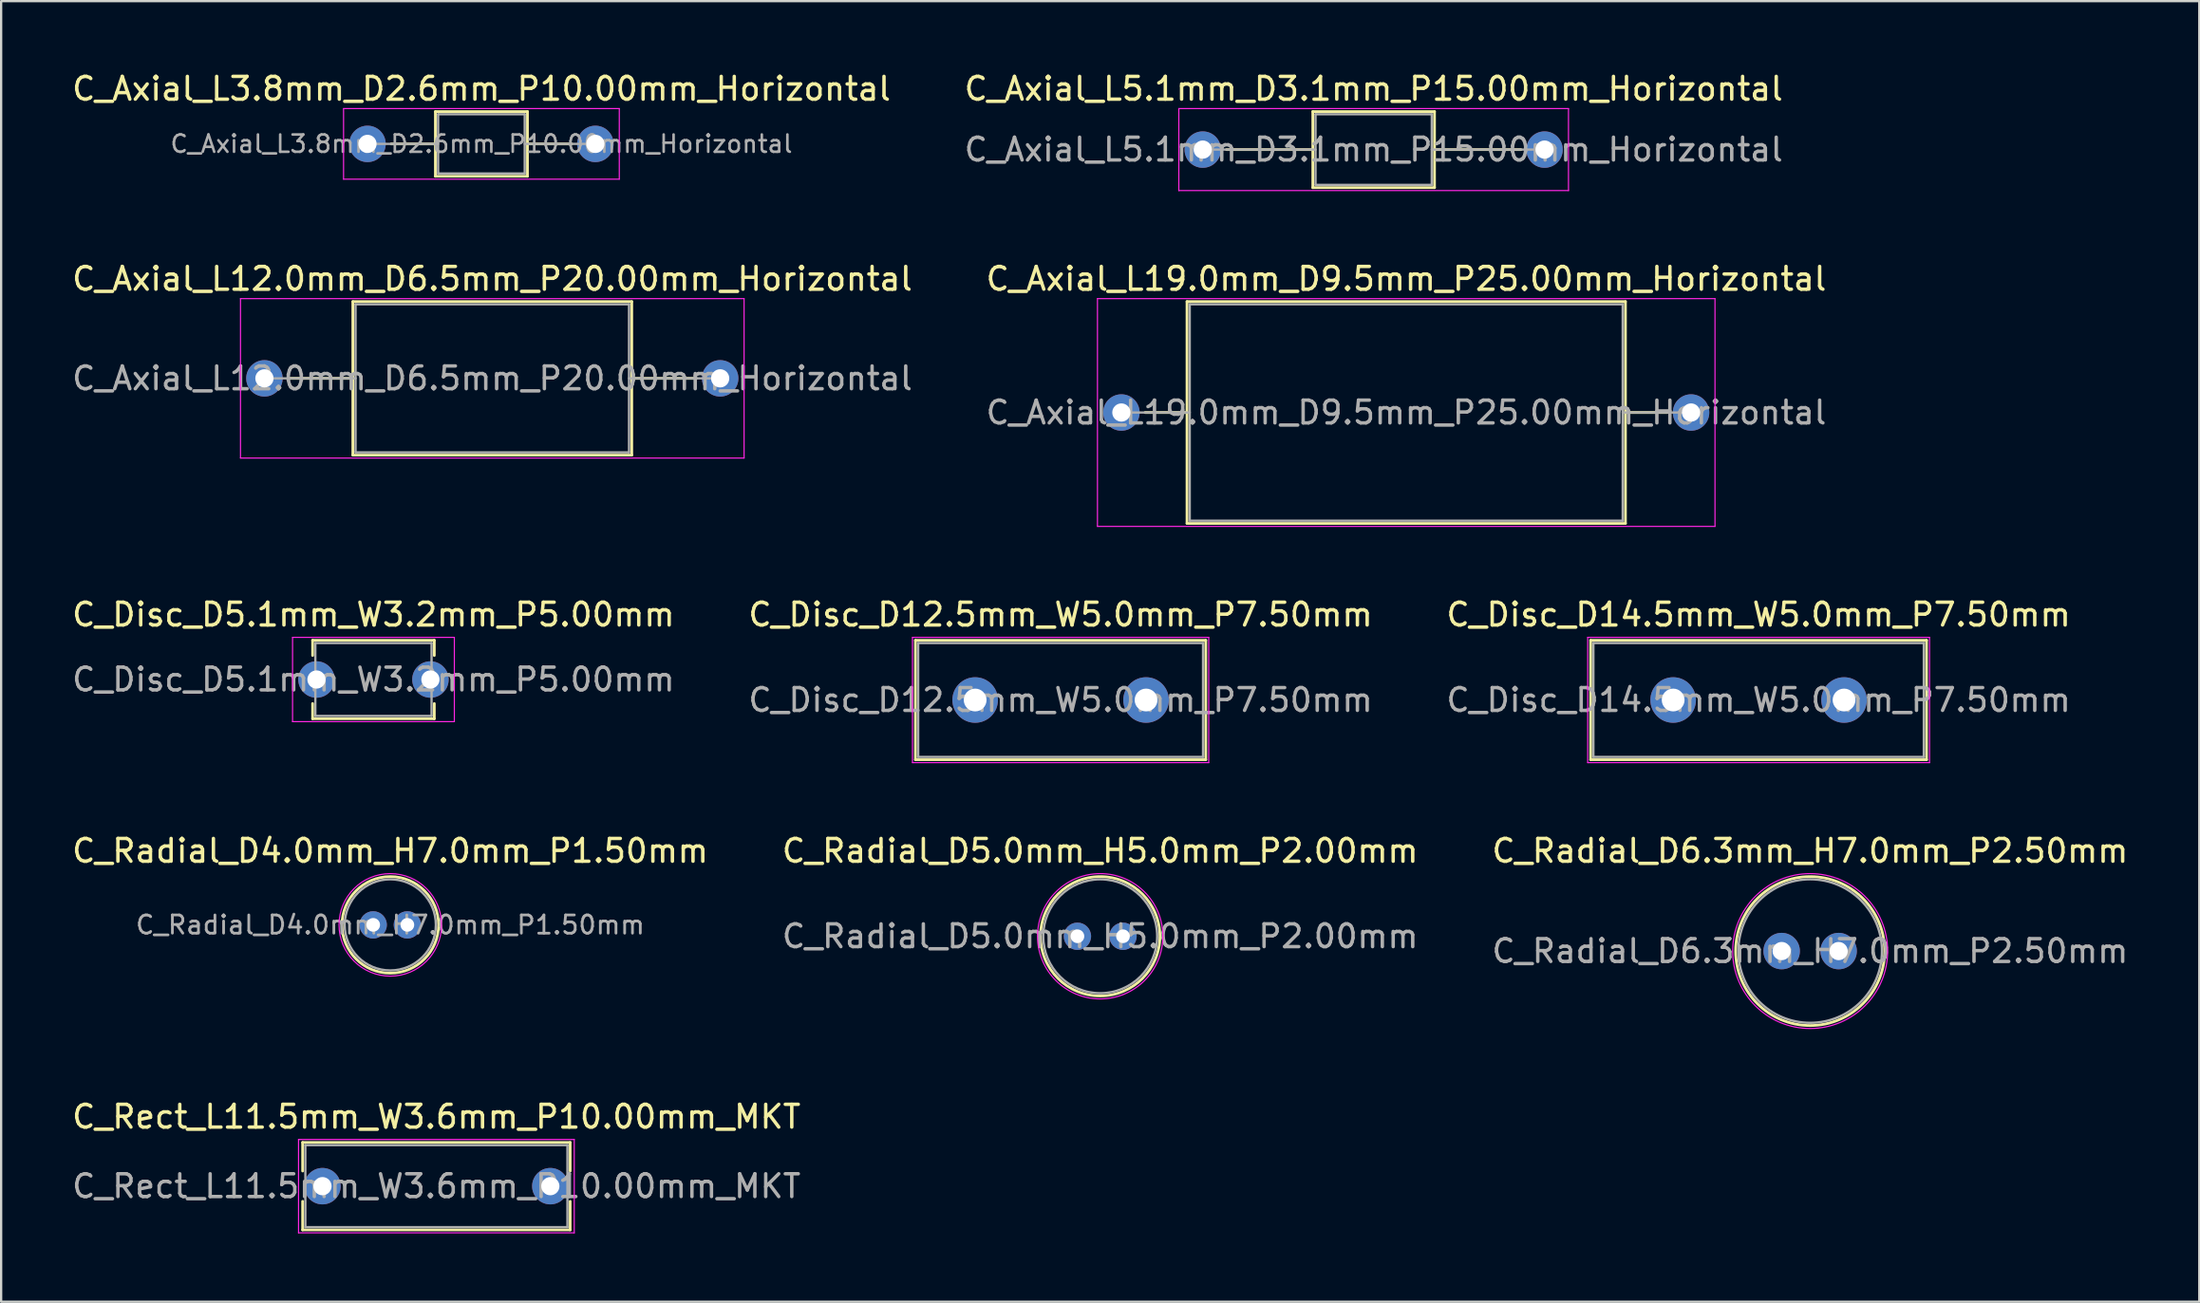
<source format=kicad_pcb>
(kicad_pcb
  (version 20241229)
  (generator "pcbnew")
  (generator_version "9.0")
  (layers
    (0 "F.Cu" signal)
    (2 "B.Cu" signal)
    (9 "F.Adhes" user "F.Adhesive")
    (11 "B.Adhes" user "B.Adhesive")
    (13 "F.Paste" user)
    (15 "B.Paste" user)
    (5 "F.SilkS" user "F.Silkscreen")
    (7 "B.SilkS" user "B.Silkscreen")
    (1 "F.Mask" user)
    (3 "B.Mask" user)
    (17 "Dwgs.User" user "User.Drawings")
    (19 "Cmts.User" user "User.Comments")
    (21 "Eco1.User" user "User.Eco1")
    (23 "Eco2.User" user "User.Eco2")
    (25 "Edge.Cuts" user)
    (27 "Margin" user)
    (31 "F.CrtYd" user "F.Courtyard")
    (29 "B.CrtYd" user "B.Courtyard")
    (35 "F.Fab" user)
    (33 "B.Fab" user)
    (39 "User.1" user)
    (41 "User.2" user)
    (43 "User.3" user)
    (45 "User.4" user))
  (footprint "C_Axial_L19.0mm_D9.5mm_P25.00mm_Horizontal"
    (layer "F.Cu")
    (at 46.161 15.062)
    (property "Reference" "C_Axial_L19.0mm_D9.5mm_P25.00mm_Horizontal" (at 12.5 -5.87 0) (layer "F.SilkS") (effects (font (size 1 1) (thickness 0.15))))
    (attr through_hole)
    (fp_line (start 1.04 0) (end 2.88 0) (stroke (width 0.12) (type solid)) (layer "F.SilkS"))
    (fp_line (start 2.88 -4.87) (end 2.88 4.87) (stroke (width 0.12) (type solid)) (layer "F.SilkS"))
    (fp_line (start 2.88 4.87) (end 22.12 4.87) (stroke (width 0.12) (type solid)) (layer "F.SilkS"))
    (fp_line (start 22.12 -4.87) (end 2.88 -4.87) (stroke (width 0.12) (type solid)) (layer "F.SilkS"))
    (fp_line (start 22.12 4.87) (end 22.12 -4.87) (stroke (width 0.12) (type solid)) (layer "F.SilkS"))
    (fp_line (start 23.96 0) (end 22.12 0) (stroke (width 0.12) (type solid)) (layer "F.SilkS"))
    (fp_line (start -1.05 -5) (end -1.05 5) (stroke (width 0.05) (type solid)) (layer "F.CrtYd"))
    (fp_line (start -1.05 5) (end 26.05 5) (stroke (width 0.05) (type solid)) (layer "F.CrtYd"))
    (fp_line (start 26.05 -5) (end -1.05 -5) (stroke (width 0.05) (type solid)) (layer "F.CrtYd"))
    (fp_line (start 26.05 5) (end 26.05 -5) (stroke (width 0.05) (type solid)) (layer "F.CrtYd"))
    (fp_line (start 0 0) (end 3 0) (stroke (width 0.1) (type solid)) (layer "F.Fab"))
    (fp_line (start 3 -4.75) (end 3 4.75) (stroke (width 0.1) (type solid)) (layer "F.Fab"))
    (fp_line (start 3 4.75) (end 22 4.75) (stroke (width 0.1) (type solid)) (layer "F.Fab"))
    (fp_line (start 22 -4.75) (end 3 -4.75) (stroke (width 0.1) (type solid)) (layer "F.Fab"))
    (fp_line (start 22 4.75) (end 22 -4.75) (stroke (width 0.1) (type solid)) (layer "F.Fab"))
    (fp_line (start 25 0) (end 22 0) (stroke (width 0.1) (type solid)) (layer "F.Fab"))
    (fp_text user "${REFERENCE}" (at 12.5 0 0) (layer "F.Fab") (effects (font (size 1 1) (thickness 0.15))))
    (pad "1" thru_hole circle (at 0 0) (size 1.6 1.6) (drill 0.8) (layers "*.Cu" "*.Mask"))
    (pad "2" thru_hole oval (at 25 0) (size 1.6 1.6) (drill 0.8) (layers "*.Cu" "*.Mask")))
  (footprint "C_Disc_D5.1mm_W3.2mm_P5.00mm"
    (layer "F.Cu")
    (at 10.839 26.785)
    (property "Reference" "C_Disc_D5.1mm_W3.2mm_P5.00mm" (at 2.5 -2.85 0) (layer "F.SilkS") (effects (font (size 1 1) (thickness 0.15))))
    (attr through_hole)
    (fp_line (start -0.17 -1.721) (end -0.17 -1.055) (stroke (width 0.12) (type solid)) (layer "F.SilkS"))
    (fp_line (start -0.17 -1.721) (end 5.17 -1.721) (stroke (width 0.12) (type solid)) (layer "F.SilkS"))
    (fp_line (start -0.17 1.055) (end -0.17 1.721) (stroke (width 0.12) (type solid)) (layer "F.SilkS"))
    (fp_line (start -0.17 1.721) (end 5.17 1.721) (stroke (width 0.12) (type solid)) (layer "F.SilkS"))
    (fp_line (start 5.17 -1.721) (end 5.17 -1.055) (stroke (width 0.12) (type solid)) (layer "F.SilkS"))
    (fp_line (start 5.17 1.055) (end 5.17 1.721) (stroke (width 0.12) (type solid)) (layer "F.SilkS"))
    (fp_line (start -1.05 -1.85) (end -1.05 1.85) (stroke (width 0.05) (type solid)) (layer "F.CrtYd"))
    (fp_line (start -1.05 1.85) (end 6.05 1.85) (stroke (width 0.05) (type solid)) (layer "F.CrtYd"))
    (fp_line (start 6.05 -1.85) (end -1.05 -1.85) (stroke (width 0.05) (type solid)) (layer "F.CrtYd"))
    (fp_line (start 6.05 1.85) (end 6.05 -1.85) (stroke (width 0.05) (type solid)) (layer "F.CrtYd"))
    (fp_line (start -0.05 -1.6) (end -0.05 1.6) (stroke (width 0.1) (type solid)) (layer "F.Fab"))
    (fp_line (start -0.05 1.6) (end 5.05 1.6) (stroke (width 0.1) (type solid)) (layer "F.Fab"))
    (fp_line (start 5.05 -1.6) (end -0.05 -1.6) (stroke (width 0.1) (type solid)) (layer "F.Fab"))
    (fp_line (start 5.05 1.6) (end 5.05 -1.6) (stroke (width 0.1) (type solid)) (layer "F.Fab"))
    (fp_text user "${REFERENCE}" (at 2.5 0 0) (layer "F.Fab") (effects (font (size 1 1) (thickness 0.15))))
    (pad "1" thru_hole circle (at 0 0) (size 1.6 1.6) (drill 0.8) (layers "*.Cu" "*.Mask"))
    (pad "2" thru_hole circle (at 5 0) (size 1.6 1.6) (drill 0.8) (layers "*.Cu" "*.Mask")))
  (footprint "C_Axial_L12.0mm_D6.5mm_P20.00mm_Horizontal"
    (layer "F.Cu")
    (at 8.554 13.562)
    (property "Reference" "C_Axial_L12.0mm_D6.5mm_P20.00mm_Horizontal" (at 10 -4.37 0) (layer "F.SilkS") (effects (font (size 1 1) (thickness 0.15))))
    (attr through_hole)
    (fp_line (start 1.04 0) (end 3.88 0) (stroke (width 0.12) (type solid)) (layer "F.SilkS"))
    (fp_line (start 3.88 -3.37) (end 3.88 3.37) (stroke (width 0.12) (type solid)) (layer "F.SilkS"))
    (fp_line (start 3.88 3.37) (end 16.12 3.37) (stroke (width 0.12) (type solid)) (layer "F.SilkS"))
    (fp_line (start 16.12 -3.37) (end 3.88 -3.37) (stroke (width 0.12) (type solid)) (layer "F.SilkS"))
    (fp_line (start 16.12 3.37) (end 16.12 -3.37) (stroke (width 0.12) (type solid)) (layer "F.SilkS"))
    (fp_line (start 18.96 0) (end 16.12 0) (stroke (width 0.12) (type solid)) (layer "F.SilkS"))
    (fp_line (start -1.05 -3.5) (end -1.05 3.5) (stroke (width 0.05) (type solid)) (layer "F.CrtYd"))
    (fp_line (start -1.05 3.5) (end 21.05 3.5) (stroke (width 0.05) (type solid)) (layer "F.CrtYd"))
    (fp_line (start 21.05 -3.5) (end -1.05 -3.5) (stroke (width 0.05) (type solid)) (layer "F.CrtYd"))
    (fp_line (start 21.05 3.5) (end 21.05 -3.5) (stroke (width 0.05) (type solid)) (layer "F.CrtYd"))
    (fp_line (start 0 0) (end 4 0) (stroke (width 0.1) (type solid)) (layer "F.Fab"))
    (fp_line (start 4 -3.25) (end 4 3.25) (stroke (width 0.1) (type solid)) (layer "F.Fab"))
    (fp_line (start 4 3.25) (end 16 3.25) (stroke (width 0.1) (type solid)) (layer "F.Fab"))
    (fp_line (start 16 -3.25) (end 4 -3.25) (stroke (width 0.1) (type solid)) (layer "F.Fab"))
    (fp_line (start 16 3.25) (end 16 -3.25) (stroke (width 0.1) (type solid)) (layer "F.Fab"))
    (fp_line (start 20 0) (end 16 0) (stroke (width 0.1) (type solid)) (layer "F.Fab"))
    (fp_text user "${REFERENCE}" (at 10 0 0) (layer "F.Fab") (effects (font (size 1 1) (thickness 0.15))))
    (pad "1" thru_hole circle (at 0 0) (size 1.6 1.6) (drill 0.8) (layers "*.Cu" "*.Mask"))
    (pad "2" thru_hole oval (at 20 0) (size 1.6 1.6) (drill 0.8) (layers "*.Cu" "*.Mask")))
  (footprint "C_Radial_D5.0mm_H5.0mm_P2.00mm"
    (layer "F.Cu")
    (at 44.232 38.058)
    (property "Reference" "C_Radial_D5.0mm_H5.0mm_P2.00mm" (at 1 -3.75 0) (layer "F.SilkS") (effects (font (size 1 1) (thickness 0.15))))
    (attr through_hole)
    (fp_circle (center 1 0) (end 3.62 0) (stroke (width 0.12) (type solid)) (fill no) (layer "F.SilkS"))
    (fp_circle (center 1 0) (end 3.75 0) (stroke (width 0.05) (type solid)) (fill no) (layer "F.CrtYd"))
    (fp_circle (center 1 0) (end 3.5 0) (stroke (width 0.1) (type solid)) (fill no) (layer "F.Fab"))
    (fp_text user "${REFERENCE}" (at 1 0 0) (layer "F.Fab") (effects (font (size 1 1) (thickness 0.15))))
    (pad "1" thru_hole circle (at 0 0) (size 1.2 1.2) (drill 0.6) (layers "*.Cu" "*.Mask"))
    (pad "2" thru_hole circle (at 2 0) (size 1.2 1.2) (drill 0.6) (layers "*.Cu" "*.Mask")))
  (footprint "C_Disc_D14.5mm_W5.0mm_P7.50mm"
    (layer "F.Cu")
    (at 70.375 27.685)
    (property "Reference" "C_Disc_D14.5mm_W5.0mm_P7.50mm" (at 3.75 -3.75 0) (layer "F.SilkS") (effects (font (size 1 1) (thickness 0.15))))
    (attr through_hole)
    (fp_line (start -3.62 -2.62) (end -3.62 2.62) (stroke (width 0.12) (type solid)) (layer "F.SilkS"))
    (fp_line (start -3.62 -2.62) (end 11.12 -2.62) (stroke (width 0.12) (type solid)) (layer "F.SilkS"))
    (fp_line (start -3.62 2.62) (end 11.12 2.62) (stroke (width 0.12) (type solid)) (layer "F.SilkS"))
    (fp_line (start 11.12 -2.62) (end 11.12 2.62) (stroke (width 0.12) (type solid)) (layer "F.SilkS"))
    (fp_line (start -3.75 -2.75) (end -3.75 2.75) (stroke (width 0.05) (type solid)) (layer "F.CrtYd"))
    (fp_line (start -3.75 2.75) (end 11.25 2.75) (stroke (width 0.05) (type solid)) (layer "F.CrtYd"))
    (fp_line (start 11.25 -2.75) (end -3.75 -2.75) (stroke (width 0.05) (type solid)) (layer "F.CrtYd"))
    (fp_line (start 11.25 2.75) (end 11.25 -2.75) (stroke (width 0.05) (type solid)) (layer "F.CrtYd"))
    (fp_line (start -3.5 -2.5) (end -3.5 2.5) (stroke (width 0.1) (type solid)) (layer "F.Fab"))
    (fp_line (start -3.5 2.5) (end 11 2.5) (stroke (width 0.1) (type solid)) (layer "F.Fab"))
    (fp_line (start 11 -2.5) (end -3.5 -2.5) (stroke (width 0.1) (type solid)) (layer "F.Fab"))
    (fp_line (start 11 2.5) (end 11 -2.5) (stroke (width 0.1) (type solid)) (layer "F.Fab"))
    (fp_text user "${REFERENCE}" (at 3.75 0 0) (layer "F.Fab") (effects (font (size 1 1) (thickness 0.15))))
    (pad "1" thru_hole circle (at 0 0) (size 2 2) (drill 1) (layers "*.Cu" "*.Mask"))
    (pad "2" thru_hole circle (at 7.5 0) (size 2 2) (drill 1) (layers "*.Cu" "*.Mask")))
  (footprint "C_Axial_L3.8mm_D2.6mm_P10.00mm_Horizontal"
    (layer "F.Cu")
    (at 13.077 3.268)
    (property "Reference" "C_Axial_L3.8mm_D2.6mm_P10.00mm_Horizontal" (at 5 -2.42 0) (layer "F.SilkS") (effects (font (size 1 1) (thickness 0.15))))
    (attr through_hole)
    (fp_line (start 1.04 0) (end 2.98 0) (stroke (width 0.12) (type solid)) (layer "F.SilkS"))
    (fp_line (start 2.98 -1.42) (end 2.98 1.42) (stroke (width 0.12) (type solid)) (layer "F.SilkS"))
    (fp_line (start 2.98 1.42) (end 7.02 1.42) (stroke (width 0.12) (type solid)) (layer "F.SilkS"))
    (fp_line (start 7.02 -1.42) (end 2.98 -1.42) (stroke (width 0.12) (type solid)) (layer "F.SilkS"))
    (fp_line (start 7.02 1.42) (end 7.02 -1.42) (stroke (width 0.12) (type solid)) (layer "F.SilkS"))
    (fp_line (start 8.96 0) (end 7.02 0) (stroke (width 0.12) (type solid)) (layer "F.SilkS"))
    (fp_line (start -1.05 -1.55) (end -1.05 1.55) (stroke (width 0.05) (type solid)) (layer "F.CrtYd"))
    (fp_line (start -1.05 1.55) (end 11.05 1.55) (stroke (width 0.05) (type solid)) (layer "F.CrtYd"))
    (fp_line (start 11.05 -1.55) (end -1.05 -1.55) (stroke (width 0.05) (type solid)) (layer "F.CrtYd"))
    (fp_line (start 11.05 1.55) (end 11.05 -1.55) (stroke (width 0.05) (type solid)) (layer "F.CrtYd"))
    (fp_line (start 0 0) (end 3.1 0) (stroke (width 0.1) (type solid)) (layer "F.Fab"))
    (fp_line (start 3.1 -1.3) (end 3.1 1.3) (stroke (width 0.1) (type solid)) (layer "F.Fab"))
    (fp_line (start 3.1 1.3) (end 6.9 1.3) (stroke (width 0.1) (type solid)) (layer "F.Fab"))
    (fp_line (start 6.9 -1.3) (end 3.1 -1.3) (stroke (width 0.1) (type solid)) (layer "F.Fab"))
    (fp_line (start 6.9 1.3) (end 6.9 -1.3) (stroke (width 0.1) (type solid)) (layer "F.Fab"))
    (fp_line (start 10 0) (end 6.9 0) (stroke (width 0.1) (type solid)) (layer "F.Fab"))
    (fp_text user "${REFERENCE}" (at 5 0 0) (layer "F.Fab") (effects (font (size 0.76 0.76) (thickness 0.114))))
    (pad "1" thru_hole circle (at 0 0) (size 1.6 1.6) (drill 0.8) (layers "*.Cu" "*.Mask"))
    (pad "2" thru_hole oval (at 10 0) (size 1.6 1.6) (drill 0.8) (layers "*.Cu" "*.Mask")))
  (footprint "C_Radial_D4.0mm_H7.0mm_P1.50mm"
    (layer "F.Cu")
    (at 13.327 37.558)
    (property "Reference" "C_Radial_D4.0mm_H7.0mm_P1.50mm" (at 0.75 -3.25 0) (layer "F.SilkS") (effects (font (size 1 1) (thickness 0.15))))
    (attr through_hole)
    (fp_circle (center 0.75 0) (end 2.87 0) (stroke (width 0.12) (type solid)) (fill no) (layer "F.SilkS"))
    (fp_circle (center 0.75 0) (end 3 0) (stroke (width 0.05) (type solid)) (fill no) (layer "F.CrtYd"))
    (fp_circle (center 0.75 0) (end 2.75 0) (stroke (width 0.1) (type solid)) (fill no) (layer "F.Fab"))
    (fp_text user "${REFERENCE}" (at 0.75 0 0) (layer "F.Fab") (effects (font (size 0.8 0.8) (thickness 0.12))))
    (pad "1" thru_hole circle (at 0 0) (size 1.2 1.2) (drill 0.6) (layers "*.Cu" "*.Mask"))
    (pad "2" thru_hole circle (at 1.5 0) (size 1.2 1.2) (drill 0.6) (layers "*.Cu" "*.Mask")))
  (footprint "C_Axial_L5.1mm_D3.1mm_P15.00mm_Horizontal"
    (layer "F.Cu")
    (at 49.732 3.518)
    (property "Reference" "C_Axial_L5.1mm_D3.1mm_P15.00mm_Horizontal" (at 7.5 -2.67 0) (layer "F.SilkS") (effects (font (size 1 1) (thickness 0.15))))
    (attr through_hole)
    (fp_line (start 1.04 0) (end 4.83 0) (stroke (width 0.12) (type solid)) (layer "F.SilkS"))
    (fp_line (start 4.83 -1.67) (end 4.83 1.67) (stroke (width 0.12) (type solid)) (layer "F.SilkS"))
    (fp_line (start 4.83 1.67) (end 10.17 1.67) (stroke (width 0.12) (type solid)) (layer "F.SilkS"))
    (fp_line (start 10.17 -1.67) (end 4.83 -1.67) (stroke (width 0.12) (type solid)) (layer "F.SilkS"))
    (fp_line (start 10.17 1.67) (end 10.17 -1.67) (stroke (width 0.12) (type solid)) (layer "F.SilkS"))
    (fp_line (start 13.96 0) (end 10.17 0) (stroke (width 0.12) (type solid)) (layer "F.SilkS"))
    (fp_line (start -1.05 -1.8) (end -1.05 1.8) (stroke (width 0.05) (type solid)) (layer "F.CrtYd"))
    (fp_line (start -1.05 1.8) (end 16.05 1.8) (stroke (width 0.05) (type solid)) (layer "F.CrtYd"))
    (fp_line (start 16.05 -1.8) (end -1.05 -1.8) (stroke (width 0.05) (type solid)) (layer "F.CrtYd"))
    (fp_line (start 16.05 1.8) (end 16.05 -1.8) (stroke (width 0.05) (type solid)) (layer "F.CrtYd"))
    (fp_line (start 0 0) (end 4.95 0) (stroke (width 0.1) (type solid)) (layer "F.Fab"))
    (fp_line (start 4.95 -1.55) (end 4.95 1.55) (stroke (width 0.1) (type solid)) (layer "F.Fab"))
    (fp_line (start 4.95 1.55) (end 10.05 1.55) (stroke (width 0.1) (type solid)) (layer "F.Fab"))
    (fp_line (start 10.05 -1.55) (end 4.95 -1.55) (stroke (width 0.1) (type solid)) (layer "F.Fab"))
    (fp_line (start 10.05 1.55) (end 10.05 -1.55) (stroke (width 0.1) (type solid)) (layer "F.Fab"))
    (fp_line (start 15 0) (end 10.05 0) (stroke (width 0.1) (type solid)) (layer "F.Fab"))
    (fp_text user "${REFERENCE}" (at 7.5 0 0) (layer "F.Fab") (effects (font (size 1 1) (thickness 0.15))))
    (pad "1" thru_hole circle (at 0 0) (size 1.6 1.6) (drill 0.8) (layers "*.Cu" "*.Mask"))
    (pad "2" thru_hole oval (at 15 0) (size 1.6 1.6) (drill 0.8) (layers "*.Cu" "*.Mask")))
  (footprint "C_Rect_L11.5mm_W3.6mm_P10.00mm_MKT"
    (layer "F.Cu")
    (at 11.101 49.031)
    (property "Reference" "C_Rect_L11.5mm_W3.6mm_P10.00mm_MKT" (at 5 -3.05 0) (layer "F.SilkS") (effects (font (size 1 1) (thickness 0.15))))
    (attr through_hole)
    (fp_line (start -0.87 -1.92) (end -0.87 -0.665) (stroke (width 0.12) (type solid)) (layer "F.SilkS"))
    (fp_line (start -0.87 -1.92) (end 10.87 -1.92) (stroke (width 0.12) (type solid)) (layer "F.SilkS"))
    (fp_line (start -0.87 0.665) (end -0.87 1.92) (stroke (width 0.12) (type solid)) (layer "F.SilkS"))
    (fp_line (start -0.87 1.92) (end 10.87 1.92) (stroke (width 0.12) (type solid)) (layer "F.SilkS"))
    (fp_line (start 10.87 -1.92) (end 10.87 -0.665) (stroke (width 0.12) (type solid)) (layer "F.SilkS"))
    (fp_line (start 10.87 0.665) (end 10.87 1.92) (stroke (width 0.12) (type solid)) (layer "F.SilkS"))
    (fp_line (start -1.05 -2.05) (end -1.05 2.05) (stroke (width 0.05) (type solid)) (layer "F.CrtYd"))
    (fp_line (start -1.05 2.05) (end 11.05 2.05) (stroke (width 0.05) (type solid)) (layer "F.CrtYd"))
    (fp_line (start 11.05 -2.05) (end -1.05 -2.05) (stroke (width 0.05) (type solid)) (layer "F.CrtYd"))
    (fp_line (start 11.05 2.05) (end 11.05 -2.05) (stroke (width 0.05) (type solid)) (layer "F.CrtYd"))
    (fp_line (start -0.75 -1.8) (end -0.75 1.8) (stroke (width 0.1) (type solid)) (layer "F.Fab"))
    (fp_line (start -0.75 1.8) (end 10.75 1.8) (stroke (width 0.1) (type solid)) (layer "F.Fab"))
    (fp_line (start 10.75 -1.8) (end -0.75 -1.8) (stroke (width 0.1) (type solid)) (layer "F.Fab"))
    (fp_line (start 10.75 1.8) (end 10.75 -1.8) (stroke (width 0.1) (type solid)) (layer "F.Fab"))
    (fp_text user "${REFERENCE}" (at 5 0 0) (layer "F.Fab") (effects (font (size 1 1) (thickness 0.15))))
    (pad "1" thru_hole circle (at 0 0) (size 1.6 1.6) (drill 0.8) (layers "*.Cu" "*.Mask"))
    (pad "2" thru_hole circle (at 10 0) (size 1.6 1.6) (drill 0.8) (layers "*.Cu" "*.Mask")))
  (footprint "C_Radial_D6.3mm_H7.0mm_P2.50mm"
    (layer "F.Cu")
    (at 75.137 38.708)
    (property "Reference" "C_Radial_D6.3mm_H7.0mm_P2.50mm" (at 1.25 -4.4 0) (layer "F.SilkS") (effects (font (size 1 1) (thickness 0.15))))
    (attr through_hole)
    (fp_circle (center 1.25 0) (end 4.52 0) (stroke (width 0.12) (type solid)) (fill no) (layer "F.SilkS"))
    (fp_circle (center 1.25 0) (end 4.65 0) (stroke (width 0.05) (type solid)) (fill no) (layer "F.CrtYd"))
    (fp_circle (center 1.25 0) (end 4.4 0) (stroke (width 0.1) (type solid)) (fill no) (layer "F.Fab"))
    (fp_text user "${REFERENCE}" (at 1.25 0 0) (layer "F.Fab") (effects (font (size 1 1) (thickness 0.15))))
    (pad "1" thru_hole circle (at 0 0) (size 1.6 1.6) (drill 0.8) (layers "*.Cu" "*.Mask"))
    (pad "2" thru_hole circle (at 2.5 0) (size 1.6 1.6) (drill 0.8) (layers "*.Cu" "*.Mask")))
  (footprint "C_Disc_D12.5mm_W5.0mm_P7.50mm"
    (layer "F.Cu")
    (at 39.744 27.685)
    (property "Reference" "C_Disc_D12.5mm_W5.0mm_P7.50mm" (at 3.75 -3.75 0) (layer "F.SilkS") (effects (font (size 1 1) (thickness 0.15))))
    (attr through_hole)
    (fp_line (start -2.62 -2.62) (end -2.62 2.62) (stroke (width 0.12) (type solid)) (layer "F.SilkS"))
    (fp_line (start -2.62 -2.62) (end 10.12 -2.62) (stroke (width 0.12) (type solid)) (layer "F.SilkS"))
    (fp_line (start -2.62 2.62) (end 10.12 2.62) (stroke (width 0.12) (type solid)) (layer "F.SilkS"))
    (fp_line (start 10.12 -2.62) (end 10.12 2.62) (stroke (width 0.12) (type solid)) (layer "F.SilkS"))
    (fp_line (start -2.75 -2.75) (end -2.75 2.75) (stroke (width 0.05) (type solid)) (layer "F.CrtYd"))
    (fp_line (start -2.75 2.75) (end 10.25 2.75) (stroke (width 0.05) (type solid)) (layer "F.CrtYd"))
    (fp_line (start 10.25 -2.75) (end -2.75 -2.75) (stroke (width 0.05) (type solid)) (layer "F.CrtYd"))
    (fp_line (start 10.25 2.75) (end 10.25 -2.75) (stroke (width 0.05) (type solid)) (layer "F.CrtYd"))
    (fp_line (start -2.5 -2.5) (end -2.5 2.5) (stroke (width 0.1) (type solid)) (layer "F.Fab"))
    (fp_line (start -2.5 2.5) (end 10 2.5) (stroke (width 0.1) (type solid)) (layer "F.Fab"))
    (fp_line (start 10 -2.5) (end -2.5 -2.5) (stroke (width 0.1) (type solid)) (layer "F.Fab"))
    (fp_line (start 10 2.5) (end 10 -2.5) (stroke (width 0.1) (type solid)) (layer "F.Fab"))
    (fp_text user "${REFERENCE}" (at 3.75 0 0) (layer "F.Fab") (effects (font (size 1 1) (thickness 0.15))))
    (pad "1" thru_hole circle (at 0 0) (size 2 2) (drill 1) (layers "*.Cu" "*.Mask"))
    (pad "2" thru_hole circle (at 7.5 0) (size 2 2) (drill 1) (layers "*.Cu" "*.Mask")))
  (gr_rect
    (start -3 -3)
    (end 93.464 54.106)
    (stroke (width 0.1) (type default))
    (fill no)
    (layer "Edge.Cuts")))
</source>
